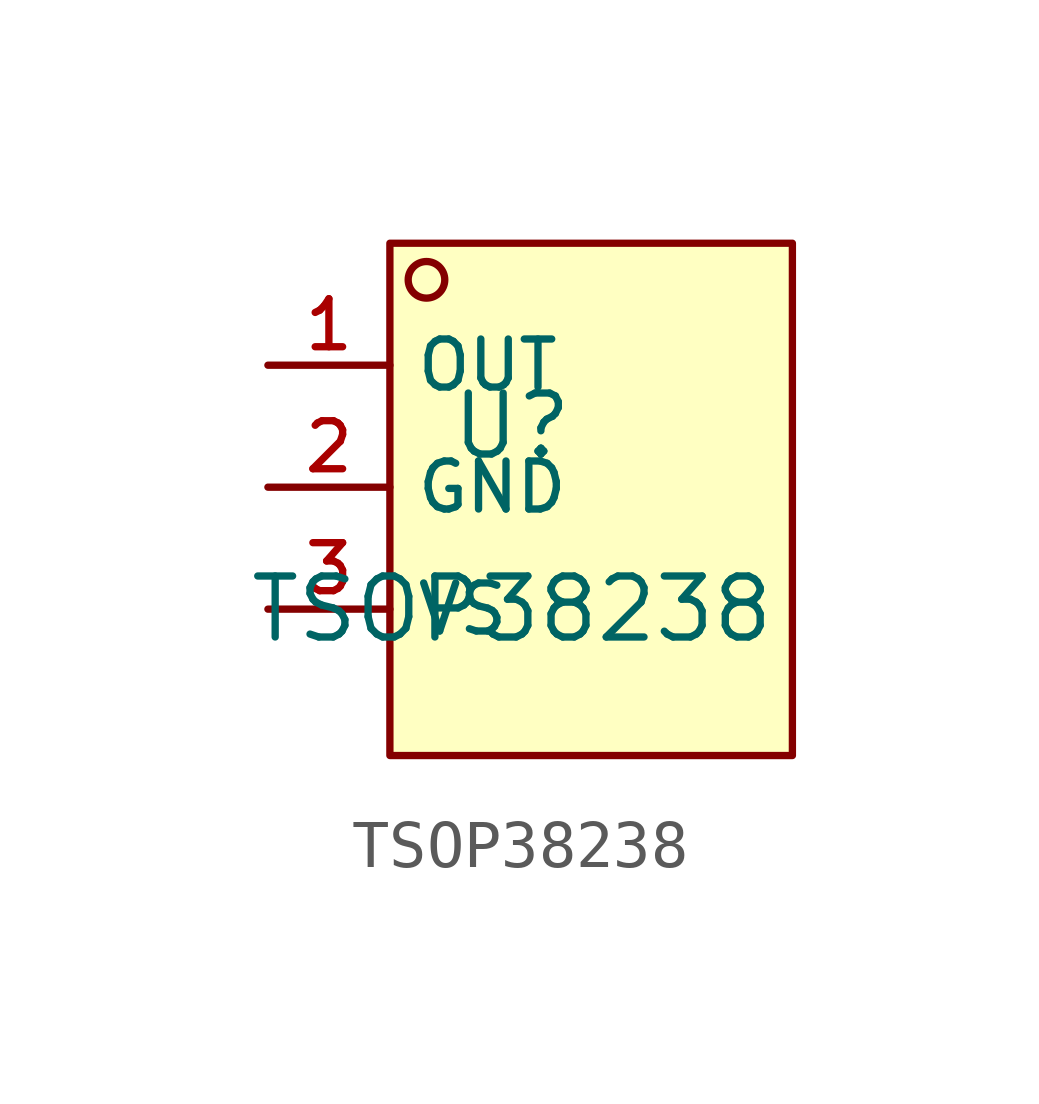
<source format=kicad_sym>
(kicad_symbol_lib
  (version 20210201)
  (generator TousstNicolas/JLC2KiCad_lib)
  (symbol "TSOP38238"
    (property "Reference" "U"
      (at 0 1.27 0)
      (effects (font (size 1.27 1.27))))
    (property "Value" "TSOP38238"
      (at 0 -2.54 0)
      (effects (font (size 1.27 1.27))))
    (symbol "TSOP38238_0_1"
      (rectangle (start -2.54 5.08) (end 5.842 -5.588) (stroke (width 0) (type default) (color 0 0 0 0)) (fill (type background)))
      (circle (center -1.778 4.318) (radius 0.381) (stroke (width 0) (type default) (color 0 0 0 0)) (fill (type background)))
      (pin unspecified line (at -5.08 2.54 0) (length 2.54) (name "OUT" (effects (font (size 1 1)))) (number "1" (effects (font (size 1 1)))))
      (pin unspecified line (at -5.08 -0.0 0) (length 2.54) (name "GND" (effects (font (size 1 1)))) (number "2" (effects (font (size 1 1)))))
      (pin unspecified line (at -5.08 -2.54 0) (length 2.54) (name "VS" (effects (font (size 1 1)))) (number "3" (effects (font (size 1 1))))))))
</source>
